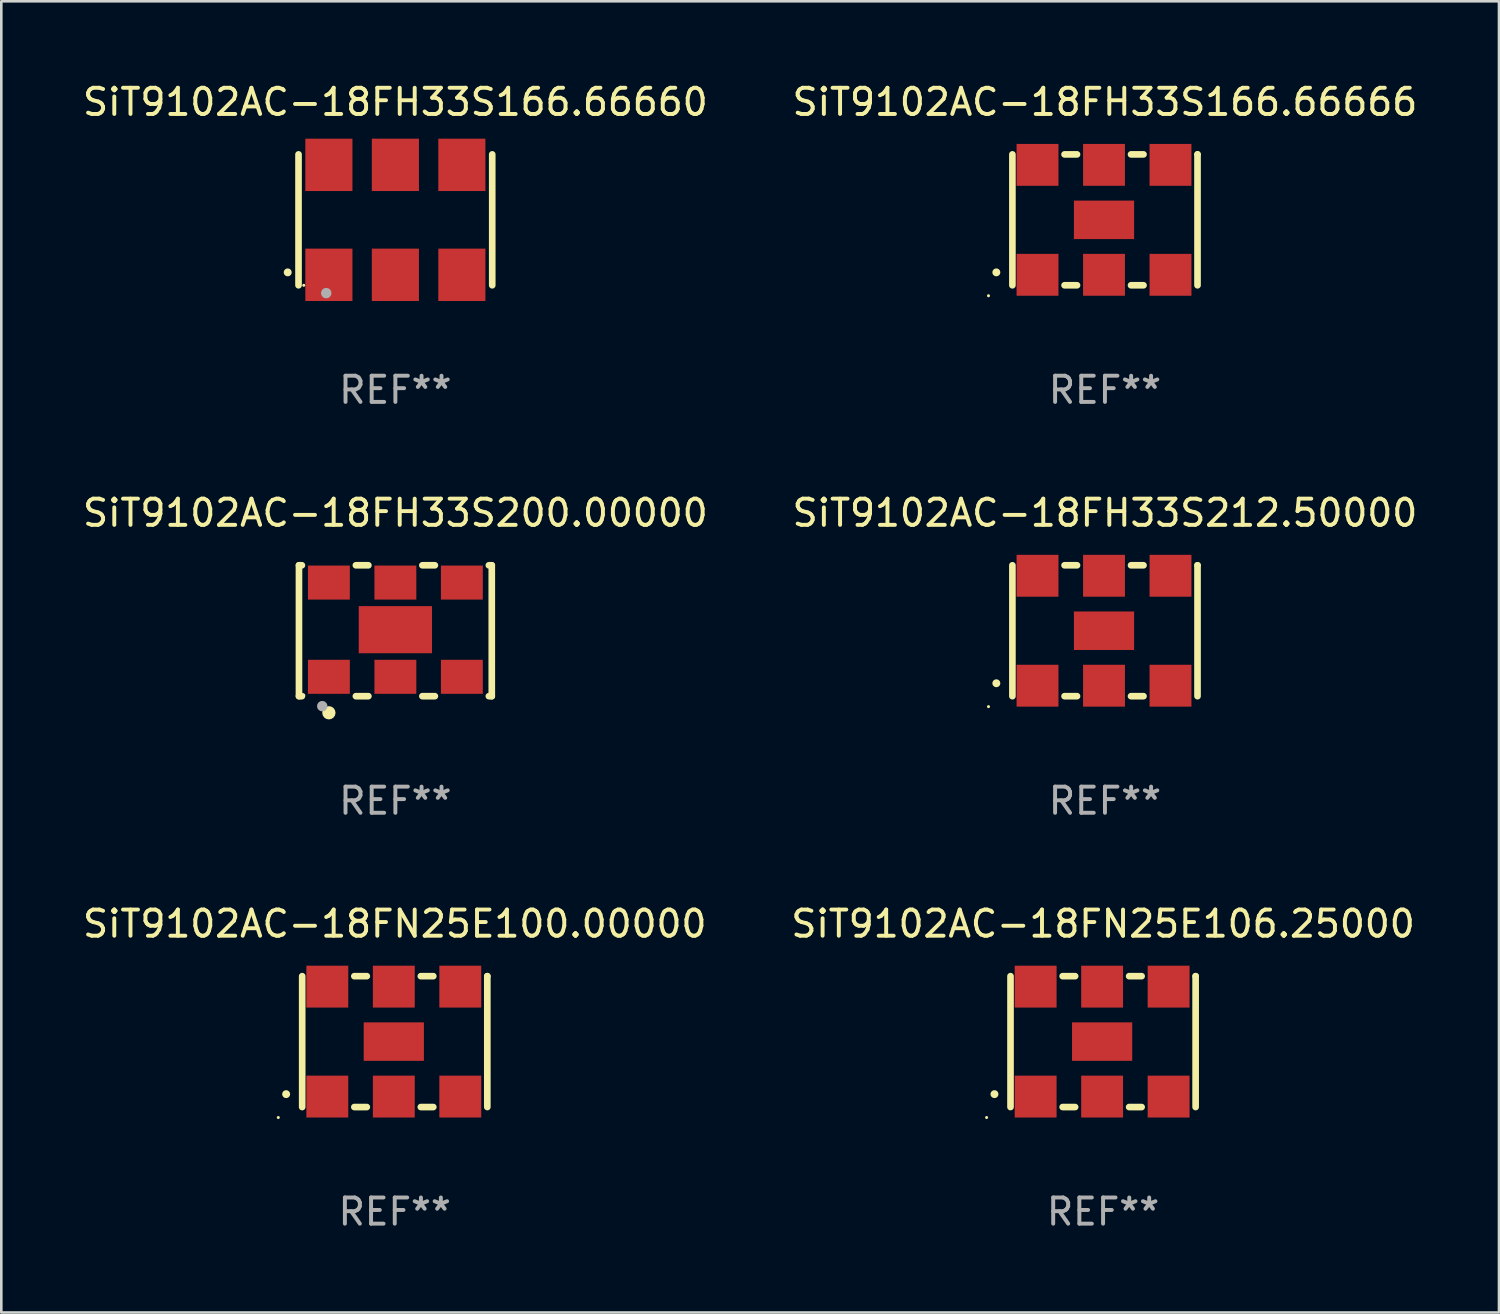
<source format=kicad_pcb>
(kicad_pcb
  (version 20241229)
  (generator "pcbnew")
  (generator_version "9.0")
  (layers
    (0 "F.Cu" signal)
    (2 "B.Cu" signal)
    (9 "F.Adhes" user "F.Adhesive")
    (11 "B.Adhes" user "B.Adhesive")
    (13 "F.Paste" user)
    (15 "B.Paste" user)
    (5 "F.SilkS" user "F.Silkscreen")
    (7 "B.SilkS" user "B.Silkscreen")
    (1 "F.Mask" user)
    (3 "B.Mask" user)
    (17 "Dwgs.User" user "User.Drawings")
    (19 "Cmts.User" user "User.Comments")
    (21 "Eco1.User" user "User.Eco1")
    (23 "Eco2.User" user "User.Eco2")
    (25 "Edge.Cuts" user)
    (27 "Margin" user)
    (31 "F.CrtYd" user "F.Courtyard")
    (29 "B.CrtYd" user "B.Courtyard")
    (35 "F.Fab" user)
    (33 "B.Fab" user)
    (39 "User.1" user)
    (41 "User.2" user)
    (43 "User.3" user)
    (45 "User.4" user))
  (footprint "SiT9102AC-18FH33S166.66660"
    (layer "F.Cu")
    (at 12.054 5.348)
    (property "Reference" "SiT9102AC-18FH33S166.66660" (at 0 -4.5 0) (layer "F.SilkS") (effects (font (size 1 1) (thickness 0.15))))
    (attr through_hole)
    (fp_line (start -3.7 -2.5) (end -3.7 2.5) (stroke (width 0.254) (type solid)) (layer "F.SilkS"))
    (fp_line (start 3.7 -2.5) (end 3.7 2.5) (stroke (width 0.254) (type solid)) (layer "F.SilkS"))
    (fp_arc (start -4.114415 2.006604) (mid -4.113145 2.006599) (end -4.111875 2.006604) (stroke (width 0.3) (type solid)) (layer "F.SilkS"))
    (fp_circle (center -3.5 2.501) (end -3.47 2.501) (stroke (width 0.06) (type solid)) (fill no) (layer "F.SilkS"))
    (fp_circle (center -2.641 2.799) (end -2.541 2.799) (stroke (width 0.2) (type solid)) (fill no) (layer "F.Fab"))
    (fp_text user "REF**" (at 0 6.5 0) (layer "F.Fab") (effects (font (size 1 1) (thickness 0.15))))
    (pad "1" smd rect (at -2.54 2.1) (size 1.8 2) (layers "F.Cu" "F.Mask" "F.Paste"))
    (pad "2" smd rect (at 0.000394 2.1) (size 1.8 2) (layers "F.Cu" "F.Mask" "F.Paste"))
    (pad "3" smd rect (at 2.54 2.1) (size 1.8 2) (layers "F.Cu" "F.Mask" "F.Paste"))
    (pad "4" smd rect (at 2.54 -2.1) (size 1.8 2) (layers "F.Cu" "F.Mask" "F.Paste"))
    (pad "5" smd rect (at 0.000394 -2.1) (size 1.8 2) (layers "F.Cu" "F.Mask" "F.Paste"))
    (pad "6" smd rect (at -2.54 -2.1) (size 1.8 2) (layers "F.Cu" "F.Mask" "F.Paste")))
  (footprint "SiT9102AC-18FN25E106.25000"
    (layer "F.Cu")
    (at 39.089 36.741)
    (property "Reference" "SiT9102AC-18FN25E106.25000" (at 0 -4.5 0) (layer "F.SilkS") (effects (font (size 1 1) (thickness 0.15))))
    (attr through_hole)
    (fp_line (start -3.536 -2.5) (end -3.536 2.5) (stroke (width 0.254) (type solid)) (layer "F.SilkS"))
    (fp_line (start -1.544 2.5) (end -1.067 2.5) (stroke (width 0.254) (type solid)) (layer "F.SilkS"))
    (fp_line (start -1.067 -2.5) (end -1.544 -2.5) (stroke (width 0.254) (type solid)) (layer "F.SilkS"))
    (fp_line (start 0.996 2.5) (end 1.473 2.5) (stroke (width 0.254) (type solid)) (layer "F.SilkS"))
    (fp_line (start 1.473 -2.5) (end 0.996 -2.5) (stroke (width 0.254) (type solid)) (layer "F.SilkS"))
    (fp_line (start 3.536 -2.5) (end 3.536 -2.5) (stroke (width 0.254) (type solid)) (layer "F.SilkS"))
    (fp_line (start 3.536 2.5) (end 3.536 -2.5) (stroke (width 0.254) (type solid)) (layer "F.SilkS"))
    (fp_arc (start -4.150432 2.006604) (mid -4.149162 2.006599) (end -4.147892 2.006604) (stroke (width 0.3) (type solid)) (layer "F.SilkS"))
    (fp_circle (center -4.449 2.9) (end -4.419 2.9) (stroke (width 0.06) (type solid)) (fill no) (layer "F.SilkS"))
    (fp_text user "REF**" (at 0 6.5 0) (layer "F.Fab") (effects (font (size 1 1) (thickness 0.15))))
    (pad "1" smd rect (at -2.576 2.1) (size 1.6 1.6) (layers "F.Cu" "F.Mask" "F.Paste"))
    (pad "2" smd rect (at -0.036 2.1) (size 1.6 1.6) (layers "F.Cu" "F.Mask" "F.Paste"))
    (pad "3" smd rect (at 2.504 2.1) (size 1.6 1.6) (layers "F.Cu" "F.Mask" "F.Paste"))
    (pad "4" smd rect (at 2.504 -2.1) (size 1.6 1.6) (layers "F.Cu" "F.Mask" "F.Paste"))
    (pad "5" smd rect (at -0.036 -2.1) (size 1.6 1.6) (layers "F.Cu" "F.Mask" "F.Paste"))
    (pad "6" smd rect (at -2.576 -2.1) (size 1.6 1.6) (layers "F.Cu" "F.Mask" "F.Paste"))
    (pad "7" smd rect (at -0.036 0) (size 2.3 1.47) (layers "F.Cu" "F.Mask" "F.Paste")))
  (footprint "SiT9102AC-18FH33S200.00000"
    (layer "F.Cu")
    (at 12.054 21.045)
    (property "Reference" "SiT9102AC-18FH33S200.00000" (at 0 -4.5 0) (layer "F.SilkS") (effects (font (size 1 1) (thickness 0.15))))
    (attr through_hole)
    (fp_line (start -3.683 -2.5) (end -3.571 -2.5) (stroke (width 0.254) (type solid)) (layer "F.SilkS"))
    (fp_line (start -3.683 2.5) (end -3.683 -2.5) (stroke (width 0.254) (type solid)) (layer "F.SilkS"))
    (fp_line (start -3.683 2.5) (end -3.571 2.5) (stroke (width 0.254) (type solid)) (layer "F.SilkS"))
    (fp_line (start -1.509 -2.5) (end -1.031 -2.5) (stroke (width 0.254) (type solid)) (layer "F.SilkS"))
    (fp_line (start -1.509 2.5) (end -1.031 2.5) (stroke (width 0.254) (type solid)) (layer "F.SilkS"))
    (fp_line (start 1.031 -2.5) (end 1.509 -2.5) (stroke (width 0.254) (type solid)) (layer "F.SilkS"))
    (fp_line (start 1.031 2.5) (end 1.509 2.5) (stroke (width 0.254) (type solid)) (layer "F.SilkS"))
    (fp_line (start 3.571 -2.5) (end 3.683 -2.5) (stroke (width 0.254) (type solid)) (layer "F.SilkS"))
    (fp_line (start 3.571 2.5) (end 3.683 2.5) (stroke (width 0.254) (type solid)) (layer "F.SilkS"))
    (fp_line (start 3.683 2.5) (end 3.683 -2.5) (stroke (width 0.254) (type solid)) (layer "F.SilkS"))
    (fp_circle (center -3.5 2.46) (end -3.47 2.46) (stroke (width 0.06) (type solid)) (fill no) (layer "F.SilkS"))
    (fp_circle (center -2.54 3.135) (end -2.413 3.135) (stroke (width 0.254) (type solid)) (fill no) (layer "F.SilkS"))
    (fp_circle (center -2.794 2.881) (end -2.694 2.881) (stroke (width 0.2) (type solid)) (fill no) (layer "F.Fab"))
    (fp_text user "REF**" (at 0 6.5 0) (layer "F.Fab") (effects (font (size 1 1) (thickness 0.15))))
    (pad "1" smd rect (at -2.54 1.76) (size 1.6 1.3) (layers "F.Cu" "F.Mask" "F.Paste"))
    (pad "2" smd rect (at 0 1.76) (size 1.6 1.3) (layers "F.Cu" "F.Mask" "F.Paste"))
    (pad "3" smd rect (at 2.54 1.76) (size 1.6 1.3) (layers "F.Cu" "F.Mask" "F.Paste"))
    (pad "4" smd rect (at 2.54 -1.84) (size 1.6 1.3) (layers "F.Cu" "F.Mask" "F.Paste"))
    (pad "5" smd rect (at 0 -1.84) (size 1.6 1.3) (layers "F.Cu" "F.Mask" "F.Paste"))
    (pad "6" smd rect (at -2.54 -1.84) (size 1.6 1.3) (layers "F.Cu" "F.Mask" "F.Paste"))
    (pad "7" smd rect (at 0 -0.04) (size 2.8 1.8) (layers "F.Cu" "F.Mask" "F.Paste")))
  (footprint "SiT9102AC-18FH33S212.50000"
    (layer "F.Cu")
    (at 39.161 21.045)
    (property "Reference" "SiT9102AC-18FH33S212.50000" (at 0 -4.5 0) (layer "F.SilkS") (effects (font (size 1 1) (thickness 0.15))))
    (attr through_hole)
    (fp_line (start -3.536 -2.5) (end -3.536 2.5) (stroke (width 0.254) (type solid)) (layer "F.SilkS"))
    (fp_line (start -1.544 2.5) (end -1.067 2.5) (stroke (width 0.254) (type solid)) (layer "F.SilkS"))
    (fp_line (start -1.067 -2.5) (end -1.544 -2.5) (stroke (width 0.254) (type solid)) (layer "F.SilkS"))
    (fp_line (start 0.996 2.5) (end 1.473 2.5) (stroke (width 0.254) (type solid)) (layer "F.SilkS"))
    (fp_line (start 1.473 -2.5) (end 0.996 -2.5) (stroke (width 0.254) (type solid)) (layer "F.SilkS"))
    (fp_line (start 3.536 -2.5) (end 3.536 -2.5) (stroke (width 0.254) (type solid)) (layer "F.SilkS"))
    (fp_line (start 3.536 2.5) (end 3.536 -2.5) (stroke (width 0.254) (type solid)) (layer "F.SilkS"))
    (fp_arc (start -4.150432 2.006604) (mid -4.149162 2.006599) (end -4.147892 2.006604) (stroke (width 0.3) (type solid)) (layer "F.SilkS"))
    (fp_circle (center -4.449 2.9) (end -4.419 2.9) (stroke (width 0.06) (type solid)) (fill no) (layer "F.SilkS"))
    (fp_text user "REF**" (at 0 6.5 0) (layer "F.Fab") (effects (font (size 1 1) (thickness 0.15))))
    (pad "1" smd rect (at -2.576 2.1) (size 1.6 1.6) (layers "F.Cu" "F.Mask" "F.Paste"))
    (pad "2" smd rect (at -0.036 2.1) (size 1.6 1.6) (layers "F.Cu" "F.Mask" "F.Paste"))
    (pad "3" smd rect (at 2.504 2.1) (size 1.6 1.6) (layers "F.Cu" "F.Mask" "F.Paste"))
    (pad "4" smd rect (at 2.504 -2.1) (size 1.6 1.6) (layers "F.Cu" "F.Mask" "F.Paste"))
    (pad "5" smd rect (at -0.036 -2.1) (size 1.6 1.6) (layers "F.Cu" "F.Mask" "F.Paste"))
    (pad "6" smd rect (at -2.576 -2.1) (size 1.6 1.6) (layers "F.Cu" "F.Mask" "F.Paste"))
    (pad "7" smd rect (at -0.036 0) (size 2.3 1.47) (layers "F.Cu" "F.Mask" "F.Paste")))
  (footprint "SiT9102AC-18FN25E100.00000"
    (layer "F.Cu")
    (at 12.03 36.741)
    (property "Reference" "SiT9102AC-18FN25E100.00000" (at 0 -4.5 0) (layer "F.SilkS") (effects (font (size 1 1) (thickness 0.15))))
    (attr through_hole)
    (fp_line (start -3.536 -2.5) (end -3.536 2.5) (stroke (width 0.254) (type solid)) (layer "F.SilkS"))
    (fp_line (start -1.544 2.5) (end -1.067 2.5) (stroke (width 0.254) (type solid)) (layer "F.SilkS"))
    (fp_line (start -1.067 -2.5) (end -1.544 -2.5) (stroke (width 0.254) (type solid)) (layer "F.SilkS"))
    (fp_line (start 0.996 2.5) (end 1.473 2.5) (stroke (width 0.254) (type solid)) (layer "F.SilkS"))
    (fp_line (start 1.473 -2.5) (end 0.996 -2.5) (stroke (width 0.254) (type solid)) (layer "F.SilkS"))
    (fp_line (start 3.536 -2.5) (end 3.536 -2.5) (stroke (width 0.254) (type solid)) (layer "F.SilkS"))
    (fp_line (start 3.536 2.5) (end 3.536 -2.5) (stroke (width 0.254) (type solid)) (layer "F.SilkS"))
    (fp_arc (start -4.150432 2.006604) (mid -4.149162 2.006599) (end -4.147892 2.006604) (stroke (width 0.3) (type solid)) (layer "F.SilkS"))
    (fp_circle (center -4.449 2.9) (end -4.419 2.9) (stroke (width 0.06) (type solid)) (fill no) (layer "F.SilkS"))
    (fp_text user "REF**" (at 0 6.5 0) (layer "F.Fab") (effects (font (size 1 1) (thickness 0.15))))
    (pad "1" smd rect (at -2.576 2.1) (size 1.6 1.6) (layers "F.Cu" "F.Mask" "F.Paste"))
    (pad "2" smd rect (at -0.036 2.1) (size 1.6 1.6) (layers "F.Cu" "F.Mask" "F.Paste"))
    (pad "3" smd rect (at 2.504 2.1) (size 1.6 1.6) (layers "F.Cu" "F.Mask" "F.Paste"))
    (pad "4" smd rect (at 2.504 -2.1) (size 1.6 1.6) (layers "F.Cu" "F.Mask" "F.Paste"))
    (pad "5" smd rect (at -0.036 -2.1) (size 1.6 1.6) (layers "F.Cu" "F.Mask" "F.Paste"))
    (pad "6" smd rect (at -2.576 -2.1) (size 1.6 1.6) (layers "F.Cu" "F.Mask" "F.Paste"))
    (pad "7" smd rect (at -0.036 0) (size 2.3 1.47) (layers "F.Cu" "F.Mask" "F.Paste")))
  (footprint "SiT9102AC-18FH33S166.66666"
    (layer "F.Cu")
    (at 39.161 5.348)
    (property "Reference" "SiT9102AC-18FH33S166.66666" (at 0 -4.5 0) (layer "F.SilkS") (effects (font (size 1 1) (thickness 0.15))))
    (attr through_hole)
    (fp_line (start -3.536 -2.5) (end -3.536 2.5) (stroke (width 0.254) (type solid)) (layer "F.SilkS"))
    (fp_line (start -1.544 2.5) (end -1.067 2.5) (stroke (width 0.254) (type solid)) (layer "F.SilkS"))
    (fp_line (start -1.067 -2.5) (end -1.544 -2.5) (stroke (width 0.254) (type solid)) (layer "F.SilkS"))
    (fp_line (start 0.996 2.5) (end 1.473 2.5) (stroke (width 0.254) (type solid)) (layer "F.SilkS"))
    (fp_line (start 1.473 -2.5) (end 0.996 -2.5) (stroke (width 0.254) (type solid)) (layer "F.SilkS"))
    (fp_line (start 3.536 -2.5) (end 3.536 -2.5) (stroke (width 0.254) (type solid)) (layer "F.SilkS"))
    (fp_line (start 3.536 2.5) (end 3.536 -2.5) (stroke (width 0.254) (type solid)) (layer "F.SilkS"))
    (fp_arc (start -4.150432 2.006604) (mid -4.149162 2.006599) (end -4.147892 2.006604) (stroke (width 0.3) (type solid)) (layer "F.SilkS"))
    (fp_circle (center -4.449 2.9) (end -4.419 2.9) (stroke (width 0.06) (type solid)) (fill no) (layer "F.SilkS"))
    (fp_text user "REF**" (at 0 6.5 0) (layer "F.Fab") (effects (font (size 1 1) (thickness 0.15))))
    (pad "1" smd rect (at -2.576 2.1) (size 1.6 1.6) (layers "F.Cu" "F.Mask" "F.Paste"))
    (pad "2" smd rect (at -0.036 2.1) (size 1.6 1.6) (layers "F.Cu" "F.Mask" "F.Paste"))
    (pad "3" smd rect (at 2.504 2.1) (size 1.6 1.6) (layers "F.Cu" "F.Mask" "F.Paste"))
    (pad "4" smd rect (at 2.504 -2.1) (size 1.6 1.6) (layers "F.Cu" "F.Mask" "F.Paste"))
    (pad "5" smd rect (at -0.036 -2.1) (size 1.6 1.6) (layers "F.Cu" "F.Mask" "F.Paste"))
    (pad "6" smd rect (at -2.576 -2.1) (size 1.6 1.6) (layers "F.Cu" "F.Mask" "F.Paste"))
    (pad "7" smd rect (at -0.036 0) (size 2.3 1.47) (layers "F.Cu" "F.Mask" "F.Paste")))
  (gr_rect
    (start -3 -3)
    (end 54.214 47.09)
    (stroke (width 0.1) (type default))
    (fill no)
    (layer "Edge.Cuts")))
</source>
